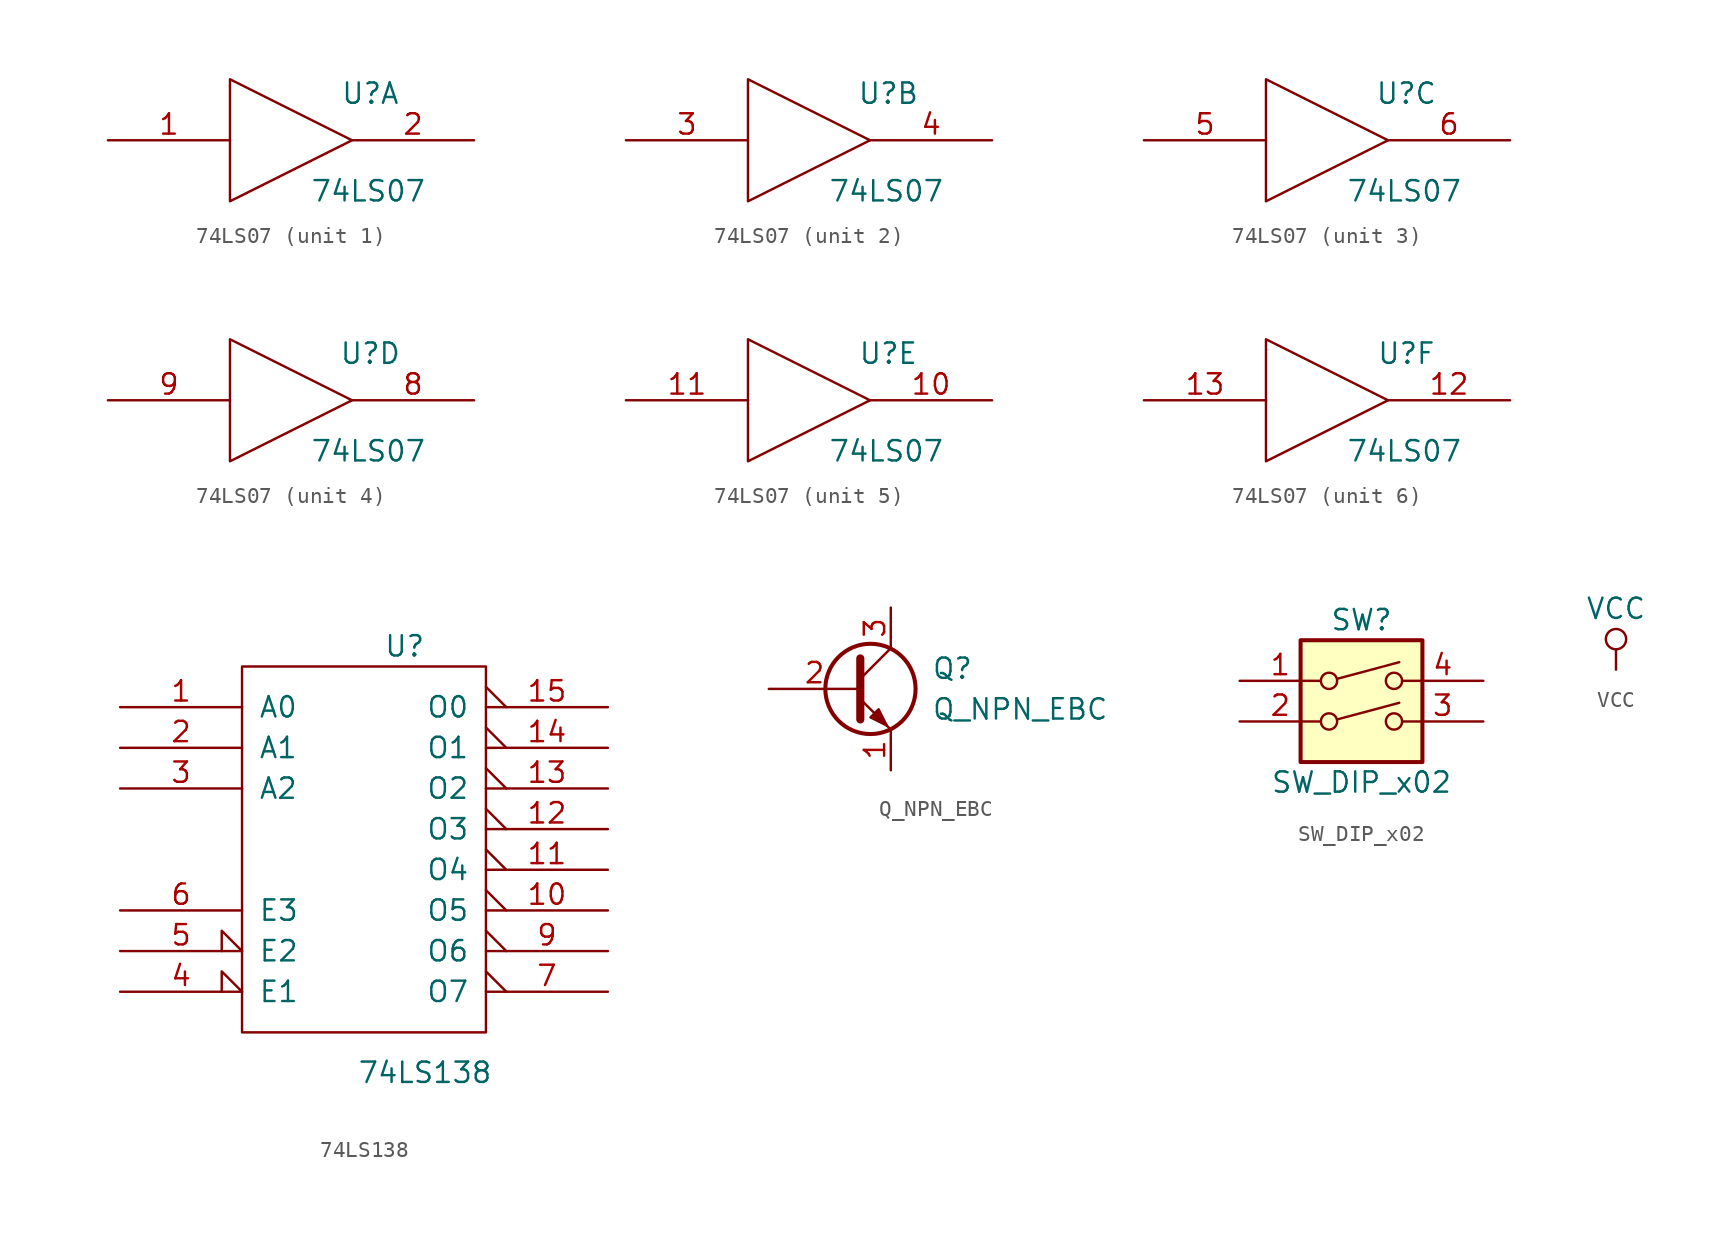
<source format=kicad_sym>
(kicad_symbol_lib
  (version 20231120)
  (generator "kicad_symbol_editor")
  (generator_version "8.0")
  (symbol "74LS07"
    (pin_names
      (offset 0.762))
    (property "Reference" "U"
      (at 4.953 2.921 0)
      (effects (font (size 1.27 1.27))))
    (property "Value" "74LS07"
      (at 4.826 -3.175 0)
      (effects (font (size 1.27 1.27))))
    (symbol "74LS07_0_0"
      (polyline (pts (xy -3.81 3.81) (xy -3.81 -3.81) (xy 3.81 0) (xy -3.81 3.81)) (stroke (width 0) (type solid)) (fill (type none)))
      (pin power_in line (at -1.27 2.54 90) (length 0) hide (name "VCC" (effects (font (size 1.016 1.016)))) (number "14" (effects (font (size 1.016 1.016)))))
      (pin power_in line (at -1.27 -2.54 90) (length 0) hide (name "GND" (effects (font (size 1.016 1.016)))) (number "7" (effects (font (size 1.016 1.016))))))
    (symbol "74LS07_1_1"
      (pin input line (at -11.43 0 0) (length 7.62) (name "~" (effects (font (size 1.27 1.27)))) (number "1" (effects (font (size 1.27 1.27)))))
      (pin open_collector line (at 11.43 0 180) (length 7.62) (name "~" (effects (font (size 1.27 1.27)))) (number "2" (effects (font (size 1.27 1.27))))))
    (symbol "74LS07_2_1"
      (pin input line (at -11.43 0 0) (length 7.62) (name "~" (effects (font (size 1.27 1.27)))) (number "3" (effects (font (size 1.27 1.27)))))
      (pin open_collector line (at 11.43 0 180) (length 7.62) (name "~" (effects (font (size 1.27 1.27)))) (number "4" (effects (font (size 1.27 1.27))))))
    (symbol "74LS07_3_1"
      (pin input line (at -11.43 0 0) (length 7.62) (name "~" (effects (font (size 1.27 1.27)))) (number "5" (effects (font (size 1.27 1.27)))))
      (pin open_collector line (at 11.43 0 180) (length 7.62) (name "~" (effects (font (size 1.27 1.27)))) (number "6" (effects (font (size 1.27 1.27))))))
    (symbol "74LS07_4_1"
      (pin open_collector line (at 11.43 0 180) (length 7.62) (name "~" (effects (font (size 1.27 1.27)))) (number "8" (effects (font (size 1.27 1.27)))))
      (pin input line (at -11.43 0 0) (length 7.62) (name "~" (effects (font (size 1.27 1.27)))) (number "9" (effects (font (size 1.27 1.27))))))
    (symbol "74LS07_5_1"
      (pin open_collector line (at 11.43 0 180) (length 7.62) (name "~" (effects (font (size 1.27 1.27)))) (number "10" (effects (font (size 1.27 1.27)))))
      (pin input line (at -11.43 0 0) (length 7.62) (name "~" (effects (font (size 1.27 1.27)))) (number "11" (effects (font (size 1.27 1.27))))))
    (symbol "74LS07_6_1"
      (pin open_collector line (at 11.43 0 180) (length 7.62) (name "~" (effects (font (size 1.27 1.27)))) (number "12" (effects (font (size 1.27 1.27)))))
      (pin input line (at -11.43 0 0) (length 7.62) (name "~" (effects (font (size 1.27 1.27)))) (number "13" (effects (font (size 1.27 1.27)))))))
  (symbol "74LS138"
    (pin_names
      (offset 1.016))
    (property "Reference" "U"
      (at 2.54 12.7 0)
      (effects (font (size 1.27 1.27))))
    (property "Value" "74LS138"
      (at 3.81 -13.945 0)
      (effects (font (size 1.27 1.27))))
    (symbol "74LS138_0_1"
      (rectangle (start -7.62 11.43) (end 7.62 -11.43) (stroke (width 0) (type solid)) (fill (type none))))
    (symbol "74LS138_1_1"
      (pin input line (at -15.24 8.89 0) (length 7.62) (name "A0" (effects (font (size 1.27 1.27)))) (number "1" (effects (font (size 1.27 1.27)))))
      (pin output output_low (at 15.24 -3.81 180) (length 7.62) (name "O5" (effects (font (size 1.27 1.27)))) (number "10" (effects (font (size 1.27 1.27)))))
      (pin output output_low (at 15.24 -1.27 180) (length 7.62) (name "O4" (effects (font (size 1.27 1.27)))) (number "11" (effects (font (size 1.27 1.27)))))
      (pin output output_low (at 15.24 1.27 180) (length 7.62) (name "O3" (effects (font (size 1.27 1.27)))) (number "12" (effects (font (size 1.27 1.27)))))
      (pin output output_low (at 15.24 3.81 180) (length 7.62) (name "O2" (effects (font (size 1.27 1.27)))) (number "13" (effects (font (size 1.27 1.27)))))
      (pin output output_low (at 15.24 6.35 180) (length 7.62) (name "O1" (effects (font (size 1.27 1.27)))) (number "14" (effects (font (size 1.27 1.27)))))
      (pin output output_low (at 15.24 8.89 180) (length 7.62) (name "O0" (effects (font (size 1.27 1.27)))) (number "15" (effects (font (size 1.27 1.27)))))
      (pin power_in line (at 0 11.43 270) (length 0) hide (name "VCC" (effects (font (size 1.27 1.27)))) (number "16" (effects (font (size 1.27 1.27)))))
      (pin input line (at -15.24 6.35 0) (length 7.62) (name "A1" (effects (font (size 1.27 1.27)))) (number "2" (effects (font (size 1.27 1.27)))))
      (pin input line (at -15.24 3.81 0) (length 7.62) (name "A2" (effects (font (size 1.27 1.27)))) (number "3" (effects (font (size 1.27 1.27)))))
      (pin input input_low (at -15.24 -8.89 0) (length 7.62) (name "E1" (effects (font (size 1.27 1.27)))) (number "4" (effects (font (size 1.27 1.27)))))
      (pin input input_low (at -15.24 -6.35 0) (length 7.62) (name "E2" (effects (font (size 1.27 1.27)))) (number "5" (effects (font (size 1.27 1.27)))))
      (pin input line (at -15.24 -3.81 0) (length 7.62) (name "E3" (effects (font (size 1.27 1.27)))) (number "6" (effects (font (size 1.27 1.27)))))
      (pin output output_low (at 15.24 -8.89 180) (length 7.62) (name "O7" (effects (font (size 1.27 1.27)))) (number "7" (effects (font (size 1.27 1.27)))))
      (pin power_in line (at 0 -11.43 90) (length 0) hide (name "GND" (effects (font (size 1.27 1.27)))) (number "8" (effects (font (size 1.27 1.27)))))
      (pin output output_low (at 15.24 -6.35 180) (length 7.62) (name "O6" (effects (font (size 1.27 1.27)))) (number "9" (effects (font (size 1.27 1.27)))))))
  (symbol "Q_NPN_EBC"
    (pin_names
      (offset 0) hide)
    (property "Reference" "Q"
      (at 5.08 1.27 0)
      (effects (font (size 1.27 1.27)) (justify left)))
    (property "Value" "Q_NPN_EBC"
      (at 5.08 -1.27 0)
      (effects (font (size 1.27 1.27)) (justify left)))
    (symbol "Q_NPN_EBC_0_1"
      (polyline (pts (xy 0.635 0.635) (xy 2.54 2.54)) (stroke (width 0) (type solid)) (fill (type none)))
      (polyline (pts (xy 0.635 -0.635) (xy 2.54 -2.54) (xy 2.54 -2.54)) (stroke (width 0) (type solid)) (fill (type none)))
      (polyline (pts (xy 0.635 1.905) (xy 0.635 -1.905) (xy 0.635 -1.905)) (stroke (width 0.508) (type solid)) (fill (type none)))
      (polyline (pts (xy 1.27 -1.778) (xy 1.778 -1.27) (xy 2.286 -2.286) (xy 1.27 -1.778) (xy 1.27 -1.778)) (stroke (width 0) (type solid)) (fill (type outline)))
      (circle (center 1.27 0) (radius 2.819) (stroke (width 0.254) (type solid)) (fill (type none))))
    (symbol "Q_NPN_EBC_1_1"
      (pin passive line (at 2.54 -5.08 90) (length 2.54) (name "E" (effects (font (size 1.27 1.27)))) (number "1" (effects (font (size 1.27 1.27)))))
      (pin passive line (at -5.08 0 0) (length 5.715) (name "B" (effects (font (size 1.27 1.27)))) (number "2" (effects (font (size 1.27 1.27)))))
      (pin passive line (at 2.54 5.08 270) (length 2.54) (name "C" (effects (font (size 1.27 1.27)))) (number "3" (effects (font (size 1.27 1.27)))))))
  (symbol "SW_DIP_x02"
    (pin_names
      (offset 0) hide)
    (property "Reference" "SW"
      (at 0 6.35 0)
      (effects (font (size 1.27 1.27))))
    (property "Value" "SW_DIP_x02"
      (at 0 -3.81 0)
      (effects (font (size 1.27 1.27))))
    (symbol "SW_DIP_x02_0_0"
      (circle (center -2.032 0) (radius 0.508) (stroke (width 0) (type solid)) (fill (type none)))
      (circle (center -2.032 2.54) (radius 0.508) (stroke (width 0) (type solid)) (fill (type none)))
      (polyline (pts (xy -1.524 0.127) (xy 2.362 1.168)) (stroke (width 0) (type solid)) (fill (type none)))
      (polyline (pts (xy -1.524 2.667) (xy 2.362 3.708)) (stroke (width 0) (type solid)) (fill (type none)))
      (circle (center 2.032 0) (radius 0.508) (stroke (width 0) (type solid)) (fill (type none)))
      (circle (center 2.032 2.54) (radius 0.508) (stroke (width 0) (type solid)) (fill (type none))))
    (symbol "SW_DIP_x02_0_1"
      (rectangle (start -3.81 5.08) (end 3.81 -2.54) (stroke (width 0.254) (type solid)) (fill (type background))))
    (symbol "SW_DIP_x02_1_1"
      (pin passive line (at -7.62 2.54 0) (length 5.08) (name "~" (effects (font (size 1.27 1.27)))) (number "1" (effects (font (size 1.27 1.27)))))
      (pin passive line (at -7.62 0 0) (length 5.08) (name "~" (effects (font (size 1.27 1.27)))) (number "2" (effects (font (size 1.27 1.27)))))
      (pin passive line (at 7.62 0 180) (length 5.08) (name "~" (effects (font (size 1.27 1.27)))) (number "3" (effects (font (size 1.27 1.27)))))
      (pin passive line (at 7.62 2.54 180) (length 5.08) (name "~" (effects (font (size 1.27 1.27)))) (number "4" (effects (font (size 1.27 1.27)))))))
  (symbol "VCC"
    (power)
    (pin_names
      (offset 0))
    (property "Reference" "#PWR"
      (at 0 -3.81 0)
      (effects (font (size 1.27 1.27)) (hide yes)))
    (property "Value" "VCC"
      (at 0 3.81 0)
      (effects (font (size 1.27 1.27))))
    (symbol "VCC_0_1"
      (polyline (pts (xy 0 0) (xy 0 1.27)) (stroke (width 0) (type solid)) (fill (type none)))
      (circle (center 0 1.905) (radius 0.635) (stroke (width 0) (type solid)) (fill (type none))))
    (symbol "VCC_1_1"
      (pin power_in line (at 0 0 90) (length 0) hide (name "VCC" (effects (font (size 1.27 1.27)))) (number "1" (effects (font (size 1.27 1.27))))))))
</source>
